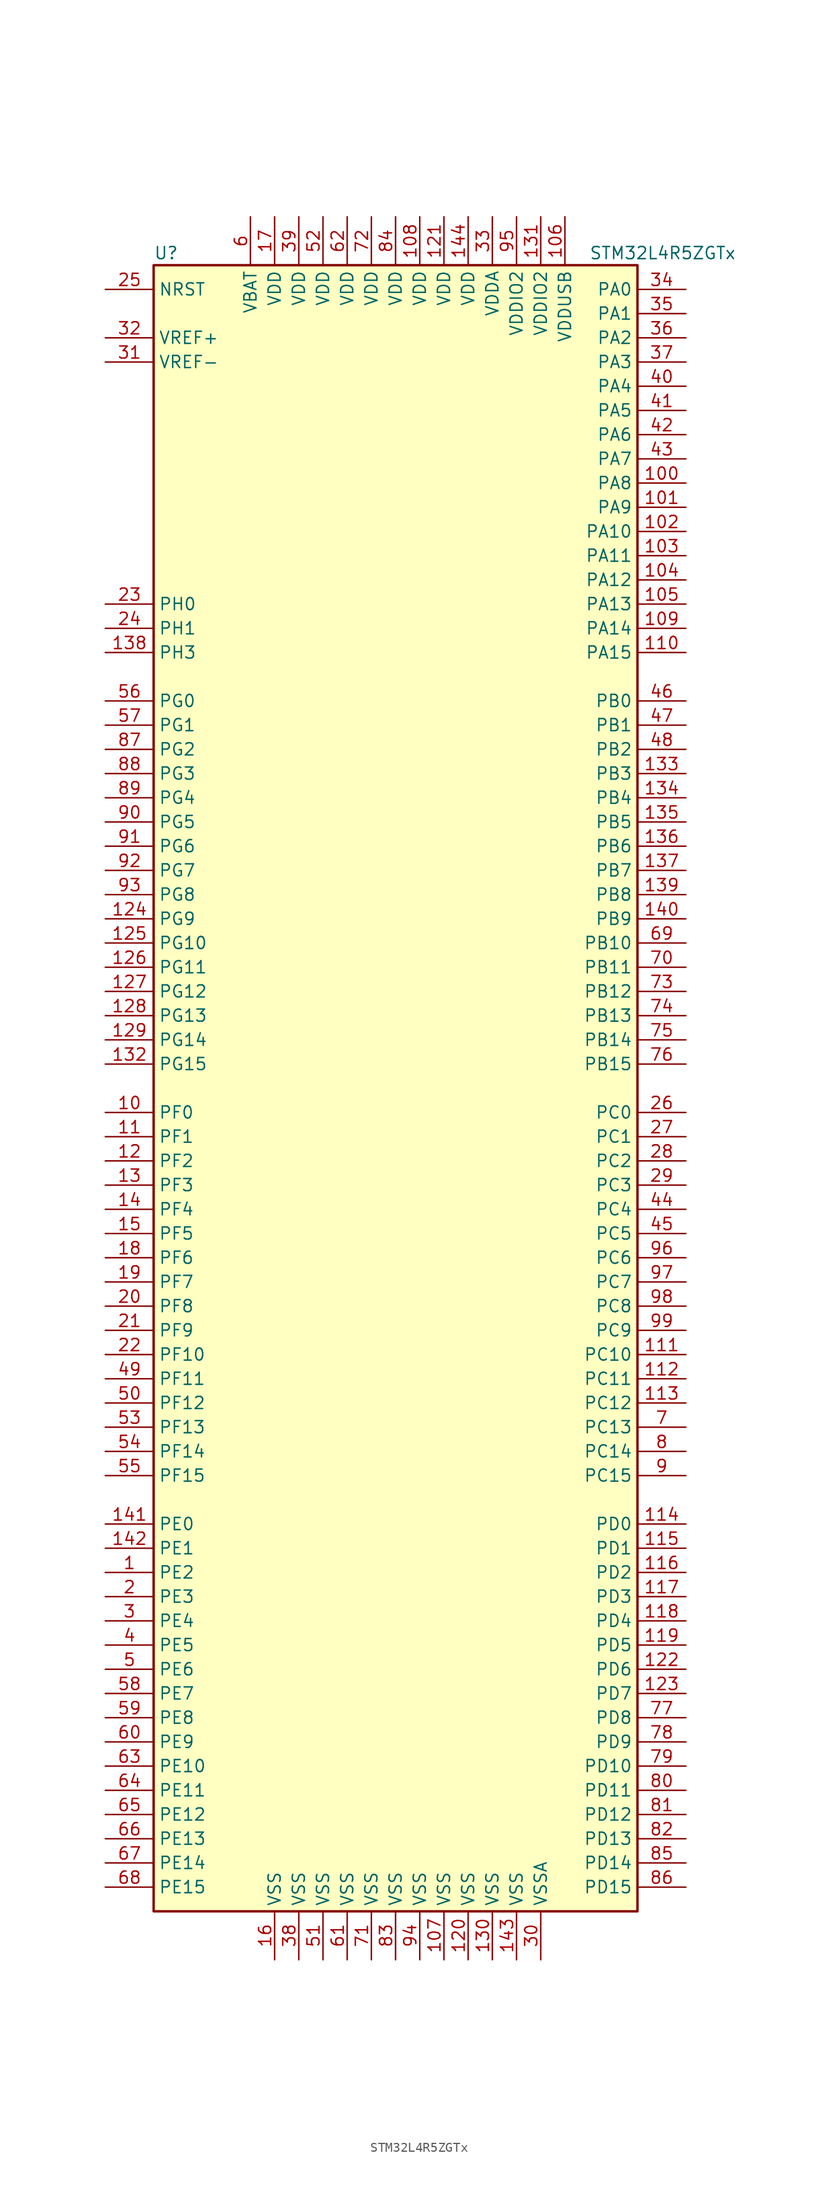
<source format=kicad_sym>
(kicad_symbol_lib
  (version 20201005)
  (generator kicad_symbol_editor)
  (symbol "STM32L4R5ZGTx"
    (property "Reference" "U"
      (at -25.4 87.63 0)
      (effects (font (size 1.27 1.27)) (justify left)))
    (property "Value" "STM32L4R5ZGTx"
      (at 20.32 87.63 0)
      (effects (font (size 1.27 1.27)) (justify left)))
    (symbol "STM32L4R5ZGTx_0_1"
      (rectangle (start -25.4 -86.36) (end 25.4 86.36) (stroke (width 0.254)) (fill (type background))))
    (symbol "STM32L4R5ZGTx_1_1"
      (pin bidirectional line (at -30.48 -50.8 0) (length 5.08) (name "PE2" (effects (font (size 1.27 1.27)))) (number "1" (effects (font (size 1.27 1.27)))))
      (pin bidirectional line (at -30.48 -2.54 0) (length 5.08) (name "PF0" (effects (font (size 1.27 1.27)))) (number "10" (effects (font (size 1.27 1.27)))))
      (pin bidirectional line (at 30.48 63.5 180) (length 5.08) (name "PA8" (effects (font (size 1.27 1.27)))) (number "100" (effects (font (size 1.27 1.27)))))
      (pin bidirectional line (at 30.48 60.96 180) (length 5.08) (name "PA9" (effects (font (size 1.27 1.27)))) (number "101" (effects (font (size 1.27 1.27)))))
      (pin bidirectional line (at 30.48 58.42 180) (length 5.08) (name "PA10" (effects (font (size 1.27 1.27)))) (number "102" (effects (font (size 1.27 1.27)))))
      (pin bidirectional line (at 30.48 55.88 180) (length 5.08) (name "PA11" (effects (font (size 1.27 1.27)))) (number "103" (effects (font (size 1.27 1.27)))))
      (pin bidirectional line (at 30.48 53.34 180) (length 5.08) (name "PA12" (effects (font (size 1.27 1.27)))) (number "104" (effects (font (size 1.27 1.27)))))
      (pin bidirectional line (at 30.48 50.8 180) (length 5.08) (name "PA13" (effects (font (size 1.27 1.27)))) (number "105" (effects (font (size 1.27 1.27)))))
      (pin power_in line (at 17.78 91.44 270) (length 5.08) (name "VDDUSB" (effects (font (size 1.27 1.27)))) (number "106" (effects (font (size 1.27 1.27)))))
      (pin power_in line (at 5.08 -91.44 90) (length 5.08) (name "VSS" (effects (font (size 1.27 1.27)))) (number "107" (effects (font (size 1.27 1.27)))))
      (pin power_in line (at 2.54 91.44 270) (length 5.08) (name "VDD" (effects (font (size 1.27 1.27)))) (number "108" (effects (font (size 1.27 1.27)))))
      (pin bidirectional line (at 30.48 48.26 180) (length 5.08) (name "PA14" (effects (font (size 1.27 1.27)))) (number "109" (effects (font (size 1.27 1.27)))))
      (pin bidirectional line (at -30.48 -5.08 0) (length 5.08) (name "PF1" (effects (font (size 1.27 1.27)))) (number "11" (effects (font (size 1.27 1.27)))))
      (pin bidirectional line (at 30.48 45.72 180) (length 5.08) (name "PA15" (effects (font (size 1.27 1.27)))) (number "110" (effects (font (size 1.27 1.27)))))
      (pin bidirectional line (at 30.48 -27.94 180) (length 5.08) (name "PC10" (effects (font (size 1.27 1.27)))) (number "111" (effects (font (size 1.27 1.27)))))
      (pin bidirectional line (at 30.48 -30.48 180) (length 5.08) (name "PC11" (effects (font (size 1.27 1.27)))) (number "112" (effects (font (size 1.27 1.27)))))
      (pin bidirectional line (at 30.48 -33.02 180) (length 5.08) (name "PC12" (effects (font (size 1.27 1.27)))) (number "113" (effects (font (size 1.27 1.27)))))
      (pin bidirectional line (at 30.48 -45.72 180) (length 5.08) (name "PD0" (effects (font (size 1.27 1.27)))) (number "114" (effects (font (size 1.27 1.27)))))
      (pin bidirectional line (at 30.48 -48.26 180) (length 5.08) (name "PD1" (effects (font (size 1.27 1.27)))) (number "115" (effects (font (size 1.27 1.27)))))
      (pin bidirectional line (at 30.48 -50.8 180) (length 5.08) (name "PD2" (effects (font (size 1.27 1.27)))) (number "116" (effects (font (size 1.27 1.27)))))
      (pin bidirectional line (at 30.48 -53.34 180) (length 5.08) (name "PD3" (effects (font (size 1.27 1.27)))) (number "117" (effects (font (size 1.27 1.27)))))
      (pin bidirectional line (at 30.48 -55.88 180) (length 5.08) (name "PD4" (effects (font (size 1.27 1.27)))) (number "118" (effects (font (size 1.27 1.27)))))
      (pin bidirectional line (at 30.48 -58.42 180) (length 5.08) (name "PD5" (effects (font (size 1.27 1.27)))) (number "119" (effects (font (size 1.27 1.27)))))
      (pin bidirectional line (at -30.48 -7.62 0) (length 5.08) (name "PF2" (effects (font (size 1.27 1.27)))) (number "12" (effects (font (size 1.27 1.27)))))
      (pin power_in line (at 7.62 -91.44 90) (length 5.08) (name "VSS" (effects (font (size 1.27 1.27)))) (number "120" (effects (font (size 1.27 1.27)))))
      (pin power_in line (at 5.08 91.44 270) (length 5.08) (name "VDD" (effects (font (size 1.27 1.27)))) (number "121" (effects (font (size 1.27 1.27)))))
      (pin bidirectional line (at 30.48 -60.96 180) (length 5.08) (name "PD6" (effects (font (size 1.27 1.27)))) (number "122" (effects (font (size 1.27 1.27)))))
      (pin bidirectional line (at 30.48 -63.5 180) (length 5.08) (name "PD7" (effects (font (size 1.27 1.27)))) (number "123" (effects (font (size 1.27 1.27)))))
      (pin bidirectional line (at -30.48 17.78 0) (length 5.08) (name "PG9" (effects (font (size 1.27 1.27)))) (number "124" (effects (font (size 1.27 1.27)))))
      (pin bidirectional line (at -30.48 15.24 0) (length 5.08) (name "PG10" (effects (font (size 1.27 1.27)))) (number "125" (effects (font (size 1.27 1.27)))))
      (pin bidirectional line (at -30.48 12.7 0) (length 5.08) (name "PG11" (effects (font (size 1.27 1.27)))) (number "126" (effects (font (size 1.27 1.27)))))
      (pin bidirectional line (at -30.48 10.16 0) (length 5.08) (name "PG12" (effects (font (size 1.27 1.27)))) (number "127" (effects (font (size 1.27 1.27)))))
      (pin bidirectional line (at -30.48 7.62 0) (length 5.08) (name "PG13" (effects (font (size 1.27 1.27)))) (number "128" (effects (font (size 1.27 1.27)))))
      (pin bidirectional line (at -30.48 5.08 0) (length 5.08) (name "PG14" (effects (font (size 1.27 1.27)))) (number "129" (effects (font (size 1.27 1.27)))))
      (pin bidirectional line (at -30.48 -10.16 0) (length 5.08) (name "PF3" (effects (font (size 1.27 1.27)))) (number "13" (effects (font (size 1.27 1.27)))))
      (pin power_in line (at 10.16 -91.44 90) (length 5.08) (name "VSS" (effects (font (size 1.27 1.27)))) (number "130" (effects (font (size 1.27 1.27)))))
      (pin power_in line (at 15.24 91.44 270) (length 5.08) (name "VDDIO2" (effects (font (size 1.27 1.27)))) (number "131" (effects (font (size 1.27 1.27)))))
      (pin bidirectional line (at -30.48 2.54 0) (length 5.08) (name "PG15" (effects (font (size 1.27 1.27)))) (number "132" (effects (font (size 1.27 1.27)))))
      (pin bidirectional line (at 30.48 33.02 180) (length 5.08) (name "PB3" (effects (font (size 1.27 1.27)))) (number "133" (effects (font (size 1.27 1.27)))))
      (pin bidirectional line (at 30.48 30.48 180) (length 5.08) (name "PB4" (effects (font (size 1.27 1.27)))) (number "134" (effects (font (size 1.27 1.27)))))
      (pin bidirectional line (at 30.48 27.94 180) (length 5.08) (name "PB5" (effects (font (size 1.27 1.27)))) (number "135" (effects (font (size 1.27 1.27)))))
      (pin bidirectional line (at 30.48 25.4 180) (length 5.08) (name "PB6" (effects (font (size 1.27 1.27)))) (number "136" (effects (font (size 1.27 1.27)))))
      (pin bidirectional line (at 30.48 22.86 180) (length 5.08) (name "PB7" (effects (font (size 1.27 1.27)))) (number "137" (effects (font (size 1.27 1.27)))))
      (pin bidirectional line (at -30.48 45.72 0) (length 5.08) (name "PH3" (effects (font (size 1.27 1.27)))) (number "138" (effects (font (size 1.27 1.27)))))
      (pin bidirectional line (at 30.48 20.32 180) (length 5.08) (name "PB8" (effects (font (size 1.27 1.27)))) (number "139" (effects (font (size 1.27 1.27)))))
      (pin bidirectional line (at -30.48 -12.7 0) (length 5.08) (name "PF4" (effects (font (size 1.27 1.27)))) (number "14" (effects (font (size 1.27 1.27)))))
      (pin bidirectional line (at 30.48 17.78 180) (length 5.08) (name "PB9" (effects (font (size 1.27 1.27)))) (number "140" (effects (font (size 1.27 1.27)))))
      (pin bidirectional line (at -30.48 -45.72 0) (length 5.08) (name "PE0" (effects (font (size 1.27 1.27)))) (number "141" (effects (font (size 1.27 1.27)))))
      (pin bidirectional line (at -30.48 -48.26 0) (length 5.08) (name "PE1" (effects (font (size 1.27 1.27)))) (number "142" (effects (font (size 1.27 1.27)))))
      (pin power_in line (at 12.7 -91.44 90) (length 5.08) (name "VSS" (effects (font (size 1.27 1.27)))) (number "143" (effects (font (size 1.27 1.27)))))
      (pin power_in line (at 7.62 91.44 270) (length 5.08) (name "VDD" (effects (font (size 1.27 1.27)))) (number "144" (effects (font (size 1.27 1.27)))))
      (pin bidirectional line (at -30.48 -15.24 0) (length 5.08) (name "PF5" (effects (font (size 1.27 1.27)))) (number "15" (effects (font (size 1.27 1.27)))))
      (pin power_in line (at -12.7 -91.44 90) (length 5.08) (name "VSS" (effects (font (size 1.27 1.27)))) (number "16" (effects (font (size 1.27 1.27)))))
      (pin power_in line (at -12.7 91.44 270) (length 5.08) (name "VDD" (effects (font (size 1.27 1.27)))) (number "17" (effects (font (size 1.27 1.27)))))
      (pin bidirectional line (at -30.48 -17.78 0) (length 5.08) (name "PF6" (effects (font (size 1.27 1.27)))) (number "18" (effects (font (size 1.27 1.27)))))
      (pin bidirectional line (at -30.48 -20.32 0) (length 5.08) (name "PF7" (effects (font (size 1.27 1.27)))) (number "19" (effects (font (size 1.27 1.27)))))
      (pin bidirectional line (at -30.48 -53.34 0) (length 5.08) (name "PE3" (effects (font (size 1.27 1.27)))) (number "2" (effects (font (size 1.27 1.27)))))
      (pin bidirectional line (at -30.48 -22.86 0) (length 5.08) (name "PF8" (effects (font (size 1.27 1.27)))) (number "20" (effects (font (size 1.27 1.27)))))
      (pin bidirectional line (at -30.48 -25.4 0) (length 5.08) (name "PF9" (effects (font (size 1.27 1.27)))) (number "21" (effects (font (size 1.27 1.27)))))
      (pin bidirectional line (at -30.48 -27.94 0) (length 5.08) (name "PF10" (effects (font (size 1.27 1.27)))) (number "22" (effects (font (size 1.27 1.27)))))
      (pin input line (at -30.48 50.8 0) (length 5.08) (name "PH0" (effects (font (size 1.27 1.27)))) (number "23" (effects (font (size 1.27 1.27)))))
      (pin input line (at -30.48 48.26 0) (length 5.08) (name "PH1" (effects (font (size 1.27 1.27)))) (number "24" (effects (font (size 1.27 1.27)))))
      (pin input line (at -30.48 83.82 0) (length 5.08) (name "NRST" (effects (font (size 1.27 1.27)))) (number "25" (effects (font (size 1.27 1.27)))))
      (pin bidirectional line (at 30.48 -2.54 180) (length 5.08) (name "PC0" (effects (font (size 1.27 1.27)))) (number "26" (effects (font (size 1.27 1.27)))))
      (pin bidirectional line (at 30.48 -5.08 180) (length 5.08) (name "PC1" (effects (font (size 1.27 1.27)))) (number "27" (effects (font (size 1.27 1.27)))))
      (pin bidirectional line (at 30.48 -7.62 180) (length 5.08) (name "PC2" (effects (font (size 1.27 1.27)))) (number "28" (effects (font (size 1.27 1.27)))))
      (pin bidirectional line (at 30.48 -10.16 180) (length 5.08) (name "PC3" (effects (font (size 1.27 1.27)))) (number "29" (effects (font (size 1.27 1.27)))))
      (pin bidirectional line (at -30.48 -55.88 0) (length 5.08) (name "PE4" (effects (font (size 1.27 1.27)))) (number "3" (effects (font (size 1.27 1.27)))))
      (pin power_in line (at 15.24 -91.44 90) (length 5.08) (name "VSSA" (effects (font (size 1.27 1.27)))) (number "30" (effects (font (size 1.27 1.27)))))
      (pin power_in line (at -30.48 76.2 0) (length 5.08) (name "VREF-" (effects (font (size 1.27 1.27)))) (number "31" (effects (font (size 1.27 1.27)))))
      (pin bidirectional line (at -30.48 78.74 0) (length 5.08) (name "VREF+" (effects (font (size 1.27 1.27)))) (number "32" (effects (font (size 1.27 1.27)))))
      (pin power_in line (at 10.16 91.44 270) (length 5.08) (name "VDDA" (effects (font (size 1.27 1.27)))) (number "33" (effects (font (size 1.27 1.27)))))
      (pin bidirectional line (at 30.48 83.82 180) (length 5.08) (name "PA0" (effects (font (size 1.27 1.27)))) (number "34" (effects (font (size 1.27 1.27)))))
      (pin bidirectional line (at 30.48 81.28 180) (length 5.08) (name "PA1" (effects (font (size 1.27 1.27)))) (number "35" (effects (font (size 1.27 1.27)))))
      (pin bidirectional line (at 30.48 78.74 180) (length 5.08) (name "PA2" (effects (font (size 1.27 1.27)))) (number "36" (effects (font (size 1.27 1.27)))))
      (pin bidirectional line (at 30.48 76.2 180) (length 5.08) (name "PA3" (effects (font (size 1.27 1.27)))) (number "37" (effects (font (size 1.27 1.27)))))
      (pin power_in line (at -10.16 -91.44 90) (length 5.08) (name "VSS" (effects (font (size 1.27 1.27)))) (number "38" (effects (font (size 1.27 1.27)))))
      (pin power_in line (at -10.16 91.44 270) (length 5.08) (name "VDD" (effects (font (size 1.27 1.27)))) (number "39" (effects (font (size 1.27 1.27)))))
      (pin bidirectional line (at -30.48 -58.42 0) (length 5.08) (name "PE5" (effects (font (size 1.27 1.27)))) (number "4" (effects (font (size 1.27 1.27)))))
      (pin bidirectional line (at 30.48 73.66 180) (length 5.08) (name "PA4" (effects (font (size 1.27 1.27)))) (number "40" (effects (font (size 1.27 1.27)))))
      (pin bidirectional line (at 30.48 71.12 180) (length 5.08) (name "PA5" (effects (font (size 1.27 1.27)))) (number "41" (effects (font (size 1.27 1.27)))))
      (pin bidirectional line (at 30.48 68.58 180) (length 5.08) (name "PA6" (effects (font (size 1.27 1.27)))) (number "42" (effects (font (size 1.27 1.27)))))
      (pin bidirectional line (at 30.48 66.04 180) (length 5.08) (name "PA7" (effects (font (size 1.27 1.27)))) (number "43" (effects (font (size 1.27 1.27)))))
      (pin bidirectional line (at 30.48 -12.7 180) (length 5.08) (name "PC4" (effects (font (size 1.27 1.27)))) (number "44" (effects (font (size 1.27 1.27)))))
      (pin bidirectional line (at 30.48 -15.24 180) (length 5.08) (name "PC5" (effects (font (size 1.27 1.27)))) (number "45" (effects (font (size 1.27 1.27)))))
      (pin bidirectional line (at 30.48 40.64 180) (length 5.08) (name "PB0" (effects (font (size 1.27 1.27)))) (number "46" (effects (font (size 1.27 1.27)))))
      (pin bidirectional line (at 30.48 38.1 180) (length 5.08) (name "PB1" (effects (font (size 1.27 1.27)))) (number "47" (effects (font (size 1.27 1.27)))))
      (pin bidirectional line (at 30.48 35.56 180) (length 5.08) (name "PB2" (effects (font (size 1.27 1.27)))) (number "48" (effects (font (size 1.27 1.27)))))
      (pin bidirectional line (at -30.48 -30.48 0) (length 5.08) (name "PF11" (effects (font (size 1.27 1.27)))) (number "49" (effects (font (size 1.27 1.27)))))
      (pin bidirectional line (at -30.48 -60.96 0) (length 5.08) (name "PE6" (effects (font (size 1.27 1.27)))) (number "5" (effects (font (size 1.27 1.27)))))
      (pin bidirectional line (at -30.48 -33.02 0) (length 5.08) (name "PF12" (effects (font (size 1.27 1.27)))) (number "50" (effects (font (size 1.27 1.27)))))
      (pin power_in line (at -7.62 -91.44 90) (length 5.08) (name "VSS" (effects (font (size 1.27 1.27)))) (number "51" (effects (font (size 1.27 1.27)))))
      (pin power_in line (at -7.62 91.44 270) (length 5.08) (name "VDD" (effects (font (size 1.27 1.27)))) (number "52" (effects (font (size 1.27 1.27)))))
      (pin bidirectional line (at -30.48 -35.56 0) (length 5.08) (name "PF13" (effects (font (size 1.27 1.27)))) (number "53" (effects (font (size 1.27 1.27)))))
      (pin bidirectional line (at -30.48 -38.1 0) (length 5.08) (name "PF14" (effects (font (size 1.27 1.27)))) (number "54" (effects (font (size 1.27 1.27)))))
      (pin bidirectional line (at -30.48 -40.64 0) (length 5.08) (name "PF15" (effects (font (size 1.27 1.27)))) (number "55" (effects (font (size 1.27 1.27)))))
      (pin bidirectional line (at -30.48 40.64 0) (length 5.08) (name "PG0" (effects (font (size 1.27 1.27)))) (number "56" (effects (font (size 1.27 1.27)))))
      (pin bidirectional line (at -30.48 38.1 0) (length 5.08) (name "PG1" (effects (font (size 1.27 1.27)))) (number "57" (effects (font (size 1.27 1.27)))))
      (pin bidirectional line (at -30.48 -63.5 0) (length 5.08) (name "PE7" (effects (font (size 1.27 1.27)))) (number "58" (effects (font (size 1.27 1.27)))))
      (pin bidirectional line (at -30.48 -66.04 0) (length 5.08) (name "PE8" (effects (font (size 1.27 1.27)))) (number "59" (effects (font (size 1.27 1.27)))))
      (pin power_in line (at -15.24 91.44 270) (length 5.08) (name "VBAT" (effects (font (size 1.27 1.27)))) (number "6" (effects (font (size 1.27 1.27)))))
      (pin bidirectional line (at -30.48 -68.58 0) (length 5.08) (name "PE9" (effects (font (size 1.27 1.27)))) (number "60" (effects (font (size 1.27 1.27)))))
      (pin power_in line (at -5.08 -91.44 90) (length 5.08) (name "VSS" (effects (font (size 1.27 1.27)))) (number "61" (effects (font (size 1.27 1.27)))))
      (pin power_in line (at -5.08 91.44 270) (length 5.08) (name "VDD" (effects (font (size 1.27 1.27)))) (number "62" (effects (font (size 1.27 1.27)))))
      (pin bidirectional line (at -30.48 -71.12 0) (length 5.08) (name "PE10" (effects (font (size 1.27 1.27)))) (number "63" (effects (font (size 1.27 1.27)))))
      (pin bidirectional line (at -30.48 -73.66 0) (length 5.08) (name "PE11" (effects (font (size 1.27 1.27)))) (number "64" (effects (font (size 1.27 1.27)))))
      (pin bidirectional line (at -30.48 -76.2 0) (length 5.08) (name "PE12" (effects (font (size 1.27 1.27)))) (number "65" (effects (font (size 1.27 1.27)))))
      (pin bidirectional line (at -30.48 -78.74 0) (length 5.08) (name "PE13" (effects (font (size 1.27 1.27)))) (number "66" (effects (font (size 1.27 1.27)))))
      (pin bidirectional line (at -30.48 -81.28 0) (length 5.08) (name "PE14" (effects (font (size 1.27 1.27)))) (number "67" (effects (font (size 1.27 1.27)))))
      (pin bidirectional line (at -30.48 -83.82 0) (length 5.08) (name "PE15" (effects (font (size 1.27 1.27)))) (number "68" (effects (font (size 1.27 1.27)))))
      (pin bidirectional line (at 30.48 15.24 180) (length 5.08) (name "PB10" (effects (font (size 1.27 1.27)))) (number "69" (effects (font (size 1.27 1.27)))))
      (pin bidirectional line (at 30.48 -35.56 180) (length 5.08) (name "PC13" (effects (font (size 1.27 1.27)))) (number "7" (effects (font (size 1.27 1.27)))))
      (pin bidirectional line (at 30.48 12.7 180) (length 5.08) (name "PB11" (effects (font (size 1.27 1.27)))) (number "70" (effects (font (size 1.27 1.27)))))
      (pin power_in line (at -2.54 -91.44 90) (length 5.08) (name "VSS" (effects (font (size 1.27 1.27)))) (number "71" (effects (font (size 1.27 1.27)))))
      (pin power_in line (at -2.54 91.44 270) (length 5.08) (name "VDD" (effects (font (size 1.27 1.27)))) (number "72" (effects (font (size 1.27 1.27)))))
      (pin bidirectional line (at 30.48 10.16 180) (length 5.08) (name "PB12" (effects (font (size 1.27 1.27)))) (number "73" (effects (font (size 1.27 1.27)))))
      (pin bidirectional line (at 30.48 7.62 180) (length 5.08) (name "PB13" (effects (font (size 1.27 1.27)))) (number "74" (effects (font (size 1.27 1.27)))))
      (pin bidirectional line (at 30.48 5.08 180) (length 5.08) (name "PB14" (effects (font (size 1.27 1.27)))) (number "75" (effects (font (size 1.27 1.27)))))
      (pin bidirectional line (at 30.48 2.54 180) (length 5.08) (name "PB15" (effects (font (size 1.27 1.27)))) (number "76" (effects (font (size 1.27 1.27)))))
      (pin bidirectional line (at 30.48 -66.04 180) (length 5.08) (name "PD8" (effects (font (size 1.27 1.27)))) (number "77" (effects (font (size 1.27 1.27)))))
      (pin bidirectional line (at 30.48 -68.58 180) (length 5.08) (name "PD9" (effects (font (size 1.27 1.27)))) (number "78" (effects (font (size 1.27 1.27)))))
      (pin bidirectional line (at 30.48 -71.12 180) (length 5.08) (name "PD10" (effects (font (size 1.27 1.27)))) (number "79" (effects (font (size 1.27 1.27)))))
      (pin bidirectional line (at 30.48 -38.1 180) (length 5.08) (name "PC14" (effects (font (size 1.27 1.27)))) (number "8" (effects (font (size 1.27 1.27)))))
      (pin bidirectional line (at 30.48 -73.66 180) (length 5.08) (name "PD11" (effects (font (size 1.27 1.27)))) (number "80" (effects (font (size 1.27 1.27)))))
      (pin bidirectional line (at 30.48 -76.2 180) (length 5.08) (name "PD12" (effects (font (size 1.27 1.27)))) (number "81" (effects (font (size 1.27 1.27)))))
      (pin bidirectional line (at 30.48 -78.74 180) (length 5.08) (name "PD13" (effects (font (size 1.27 1.27)))) (number "82" (effects (font (size 1.27 1.27)))))
      (pin power_in line (at 0 -91.44 90) (length 5.08) (name "VSS" (effects (font (size 1.27 1.27)))) (number "83" (effects (font (size 1.27 1.27)))))
      (pin power_in line (at 0 91.44 270) (length 5.08) (name "VDD" (effects (font (size 1.27 1.27)))) (number "84" (effects (font (size 1.27 1.27)))))
      (pin bidirectional line (at 30.48 -81.28 180) (length 5.08) (name "PD14" (effects (font (size 1.27 1.27)))) (number "85" (effects (font (size 1.27 1.27)))))
      (pin bidirectional line (at 30.48 -83.82 180) (length 5.08) (name "PD15" (effects (font (size 1.27 1.27)))) (number "86" (effects (font (size 1.27 1.27)))))
      (pin bidirectional line (at -30.48 35.56 0) (length 5.08) (name "PG2" (effects (font (size 1.27 1.27)))) (number "87" (effects (font (size 1.27 1.27)))))
      (pin bidirectional line (at -30.48 33.02 0) (length 5.08) (name "PG3" (effects (font (size 1.27 1.27)))) (number "88" (effects (font (size 1.27 1.27)))))
      (pin bidirectional line (at -30.48 30.48 0) (length 5.08) (name "PG4" (effects (font (size 1.27 1.27)))) (number "89" (effects (font (size 1.27 1.27)))))
      (pin bidirectional line (at 30.48 -40.64 180) (length 5.08) (name "PC15" (effects (font (size 1.27 1.27)))) (number "9" (effects (font (size 1.27 1.27)))))
      (pin bidirectional line (at -30.48 27.94 0) (length 5.08) (name "PG5" (effects (font (size 1.27 1.27)))) (number "90" (effects (font (size 1.27 1.27)))))
      (pin bidirectional line (at -30.48 25.4 0) (length 5.08) (name "PG6" (effects (font (size 1.27 1.27)))) (number "91" (effects (font (size 1.27 1.27)))))
      (pin bidirectional line (at -30.48 22.86 0) (length 5.08) (name "PG7" (effects (font (size 1.27 1.27)))) (number "92" (effects (font (size 1.27 1.27)))))
      (pin bidirectional line (at -30.48 20.32 0) (length 5.08) (name "PG8" (effects (font (size 1.27 1.27)))) (number "93" (effects (font (size 1.27 1.27)))))
      (pin power_in line (at 2.54 -91.44 90) (length 5.08) (name "VSS" (effects (font (size 1.27 1.27)))) (number "94" (effects (font (size 1.27 1.27)))))
      (pin power_in line (at 12.7 91.44 270) (length 5.08) (name "VDDIO2" (effects (font (size 1.27 1.27)))) (number "95" (effects (font (size 1.27 1.27)))))
      (pin bidirectional line (at 30.48 -17.78 180) (length 5.08) (name "PC6" (effects (font (size 1.27 1.27)))) (number "96" (effects (font (size 1.27 1.27)))))
      (pin bidirectional line (at 30.48 -20.32 180) (length 5.08) (name "PC7" (effects (font (size 1.27 1.27)))) (number "97" (effects (font (size 1.27 1.27)))))
      (pin bidirectional line (at 30.48 -22.86 180) (length 5.08) (name "PC8" (effects (font (size 1.27 1.27)))) (number "98" (effects (font (size 1.27 1.27)))))
      (pin bidirectional line (at 30.48 -25.4 180) (length 5.08) (name "PC9" (effects (font (size 1.27 1.27)))) (number "99" (effects (font (size 1.27 1.27))))))))
</source>
